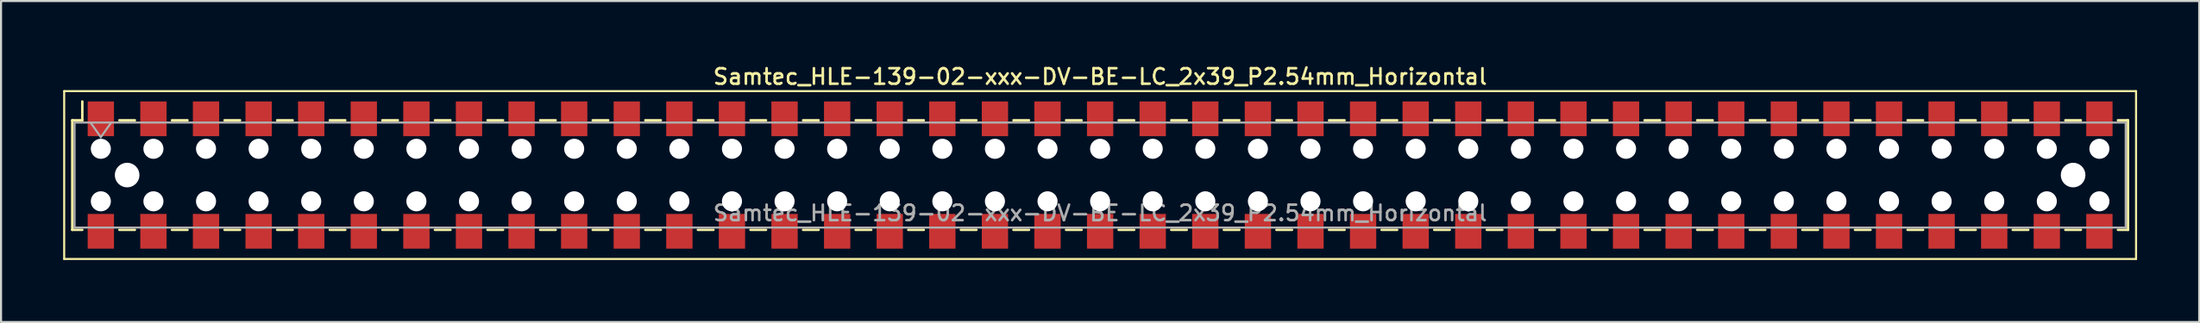
<source format=kicad_pcb>
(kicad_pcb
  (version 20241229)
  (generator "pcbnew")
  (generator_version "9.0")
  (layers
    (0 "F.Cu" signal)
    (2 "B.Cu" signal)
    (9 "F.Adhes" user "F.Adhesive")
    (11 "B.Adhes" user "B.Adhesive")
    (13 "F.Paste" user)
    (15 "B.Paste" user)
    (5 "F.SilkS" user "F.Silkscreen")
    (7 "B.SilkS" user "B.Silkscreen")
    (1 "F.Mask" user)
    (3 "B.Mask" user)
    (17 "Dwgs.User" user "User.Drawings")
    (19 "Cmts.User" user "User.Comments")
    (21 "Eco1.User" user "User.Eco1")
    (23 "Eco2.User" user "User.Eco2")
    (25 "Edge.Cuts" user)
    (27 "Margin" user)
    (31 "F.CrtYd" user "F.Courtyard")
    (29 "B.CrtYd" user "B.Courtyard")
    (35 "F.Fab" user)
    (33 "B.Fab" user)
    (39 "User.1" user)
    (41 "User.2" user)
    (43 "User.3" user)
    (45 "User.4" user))
  (footprint "Samtec_HLE-139-02-xxx-DV-BE-LC_2x39_P2.54mm_Horizontal"
    (layer "F.Cu")
    (at 50.08 5.418)
    (property "Reference" "Samtec_HLE-139-02-xxx-DV-BE-LC_2x39_P2.54mm_Horizontal" (at 0 -4.76 0) (layer "F.SilkS") (effects (font (size 0.75 0.75) (thickness 0.125))))
    (attr smd)
    (fp_line (start -50.03 -4.06) (end 50.03 -4.06) (stroke (width 0.1) (type solid)) (layer "F.SilkS"))
    (fp_line (start -50.03 4.06) (end -50.03 -4.06) (stroke (width 0.1) (type solid)) (layer "F.SilkS"))
    (fp_line (start -49.64 -2.65) (end -49.64 2.65) (stroke (width 0.12) (type solid)) (layer "F.SilkS"))
    (fp_line (start -49.64 2.65) (end -49.155 2.65) (stroke (width 0.12) (type solid)) (layer "F.SilkS"))
    (fp_line (start -49.155 -3.56) (end -49.155 -2.65) (stroke (width 0.12) (type solid)) (layer "F.SilkS"))
    (fp_line (start -49.155 -2.65) (end -49.64 -2.65) (stroke (width 0.12) (type solid)) (layer "F.SilkS"))
    (fp_line (start -47.365 -2.65) (end -46.615 -2.65) (stroke (width 0.12) (type solid)) (layer "F.SilkS"))
    (fp_line (start -47.365 2.65) (end -46.615 2.65) (stroke (width 0.12) (type solid)) (layer "F.SilkS"))
    (fp_line (start -44.825 -2.65) (end -44.075 -2.65) (stroke (width 0.12) (type solid)) (layer "F.SilkS"))
    (fp_line (start -44.825 2.65) (end -44.075 2.65) (stroke (width 0.12) (type solid)) (layer "F.SilkS"))
    (fp_line (start -42.285 -2.65) (end -41.535 -2.65) (stroke (width 0.12) (type solid)) (layer "F.SilkS"))
    (fp_line (start -42.285 2.65) (end -41.535 2.65) (stroke (width 0.12) (type solid)) (layer "F.SilkS"))
    (fp_line (start -39.745 -2.65) (end -38.995 -2.65) (stroke (width 0.12) (type solid)) (layer "F.SilkS"))
    (fp_line (start -39.745 2.65) (end -38.995 2.65) (stroke (width 0.12) (type solid)) (layer "F.SilkS"))
    (fp_line (start -37.205 -2.65) (end -36.455 -2.65) (stroke (width 0.12) (type solid)) (layer "F.SilkS"))
    (fp_line (start -37.205 2.65) (end -36.455 2.65) (stroke (width 0.12) (type solid)) (layer "F.SilkS"))
    (fp_line (start -34.665 -2.65) (end -33.915 -2.65) (stroke (width 0.12) (type solid)) (layer "F.SilkS"))
    (fp_line (start -34.665 2.65) (end -33.915 2.65) (stroke (width 0.12) (type solid)) (layer "F.SilkS"))
    (fp_line (start -32.125 -2.65) (end -31.375 -2.65) (stroke (width 0.12) (type solid)) (layer "F.SilkS"))
    (fp_line (start -32.125 2.65) (end -31.375 2.65) (stroke (width 0.12) (type solid)) (layer "F.SilkS"))
    (fp_line (start -29.585 -2.65) (end -28.835 -2.65) (stroke (width 0.12) (type solid)) (layer "F.SilkS"))
    (fp_line (start -29.585 2.65) (end -28.835 2.65) (stroke (width 0.12) (type solid)) (layer "F.SilkS"))
    (fp_line (start -27.045 -2.65) (end -26.295 -2.65) (stroke (width 0.12) (type solid)) (layer "F.SilkS"))
    (fp_line (start -27.045 2.65) (end -26.295 2.65) (stroke (width 0.12) (type solid)) (layer "F.SilkS"))
    (fp_line (start -24.505 -2.65) (end -23.755 -2.65) (stroke (width 0.12) (type solid)) (layer "F.SilkS"))
    (fp_line (start -24.505 2.65) (end -23.755 2.65) (stroke (width 0.12) (type solid)) (layer "F.SilkS"))
    (fp_line (start -21.965 -2.65) (end -21.215 -2.65) (stroke (width 0.12) (type solid)) (layer "F.SilkS"))
    (fp_line (start -21.965 2.65) (end -21.215 2.65) (stroke (width 0.12) (type solid)) (layer "F.SilkS"))
    (fp_line (start -19.425 -2.65) (end -18.675 -2.65) (stroke (width 0.12) (type solid)) (layer "F.SilkS"))
    (fp_line (start -19.425 2.65) (end -18.675 2.65) (stroke (width 0.12) (type solid)) (layer "F.SilkS"))
    (fp_line (start -16.885 -2.65) (end -16.135 -2.65) (stroke (width 0.12) (type solid)) (layer "F.SilkS"))
    (fp_line (start -16.885 2.65) (end -16.135 2.65) (stroke (width 0.12) (type solid)) (layer "F.SilkS"))
    (fp_line (start -14.345 -2.65) (end -13.595 -2.65) (stroke (width 0.12) (type solid)) (layer "F.SilkS"))
    (fp_line (start -14.345 2.65) (end -13.595 2.65) (stroke (width 0.12) (type solid)) (layer "F.SilkS"))
    (fp_line (start -11.805 -2.65) (end -11.055 -2.65) (stroke (width 0.12) (type solid)) (layer "F.SilkS"))
    (fp_line (start -11.805 2.65) (end -11.055 2.65) (stroke (width 0.12) (type solid)) (layer "F.SilkS"))
    (fp_line (start -9.265 -2.65) (end -8.515 -2.65) (stroke (width 0.12) (type solid)) (layer "F.SilkS"))
    (fp_line (start -9.265 2.65) (end -8.515 2.65) (stroke (width 0.12) (type solid)) (layer "F.SilkS"))
    (fp_line (start -6.725 -2.65) (end -5.975 -2.65) (stroke (width 0.12) (type solid)) (layer "F.SilkS"))
    (fp_line (start -6.725 2.65) (end -5.975 2.65) (stroke (width 0.12) (type solid)) (layer "F.SilkS"))
    (fp_line (start -4.185 -2.65) (end -3.435 -2.65) (stroke (width 0.12) (type solid)) (layer "F.SilkS"))
    (fp_line (start -4.185 2.65) (end -3.435 2.65) (stroke (width 0.12) (type solid)) (layer "F.SilkS"))
    (fp_line (start -1.645 -2.65) (end -0.895 -2.65) (stroke (width 0.12) (type solid)) (layer "F.SilkS"))
    (fp_line (start -1.645 2.65) (end -0.895 2.65) (stroke (width 0.12) (type solid)) (layer "F.SilkS"))
    (fp_line (start 0.895 -2.65) (end 1.645 -2.65) (stroke (width 0.12) (type solid)) (layer "F.SilkS"))
    (fp_line (start 0.895 2.65) (end 1.645 2.65) (stroke (width 0.12) (type solid)) (layer "F.SilkS"))
    (fp_line (start 3.435 -2.65) (end 4.185 -2.65) (stroke (width 0.12) (type solid)) (layer "F.SilkS"))
    (fp_line (start 3.435 2.65) (end 4.185 2.65) (stroke (width 0.12) (type solid)) (layer "F.SilkS"))
    (fp_line (start 5.975 -2.65) (end 6.725 -2.65) (stroke (width 0.12) (type solid)) (layer "F.SilkS"))
    (fp_line (start 5.975 2.65) (end 6.725 2.65) (stroke (width 0.12) (type solid)) (layer "F.SilkS"))
    (fp_line (start 8.515 -2.65) (end 9.265 -2.65) (stroke (width 0.12) (type solid)) (layer "F.SilkS"))
    (fp_line (start 8.515 2.65) (end 9.265 2.65) (stroke (width 0.12) (type solid)) (layer "F.SilkS"))
    (fp_line (start 11.055 -2.65) (end 11.805 -2.65) (stroke (width 0.12) (type solid)) (layer "F.SilkS"))
    (fp_line (start 11.055 2.65) (end 11.805 2.65) (stroke (width 0.12) (type solid)) (layer "F.SilkS"))
    (fp_line (start 13.595 -2.65) (end 14.345 -2.65) (stroke (width 0.12) (type solid)) (layer "F.SilkS"))
    (fp_line (start 13.595 2.65) (end 14.345 2.65) (stroke (width 0.12) (type solid)) (layer "F.SilkS"))
    (fp_line (start 16.135 -2.65) (end 16.885 -2.65) (stroke (width 0.12) (type solid)) (layer "F.SilkS"))
    (fp_line (start 16.135 2.65) (end 16.885 2.65) (stroke (width 0.12) (type solid)) (layer "F.SilkS"))
    (fp_line (start 18.675 -2.65) (end 19.425 -2.65) (stroke (width 0.12) (type solid)) (layer "F.SilkS"))
    (fp_line (start 18.675 2.65) (end 19.425 2.65) (stroke (width 0.12) (type solid)) (layer "F.SilkS"))
    (fp_line (start 21.215 -2.65) (end 21.965 -2.65) (stroke (width 0.12) (type solid)) (layer "F.SilkS"))
    (fp_line (start 21.215 2.65) (end 21.965 2.65) (stroke (width 0.12) (type solid)) (layer "F.SilkS"))
    (fp_line (start 23.755 -2.65) (end 24.505 -2.65) (stroke (width 0.12) (type solid)) (layer "F.SilkS"))
    (fp_line (start 23.755 2.65) (end 24.505 2.65) (stroke (width 0.12) (type solid)) (layer "F.SilkS"))
    (fp_line (start 26.295 -2.65) (end 27.045 -2.65) (stroke (width 0.12) (type solid)) (layer "F.SilkS"))
    (fp_line (start 26.295 2.65) (end 27.045 2.65) (stroke (width 0.12) (type solid)) (layer "F.SilkS"))
    (fp_line (start 28.835 -2.65) (end 29.585 -2.65) (stroke (width 0.12) (type solid)) (layer "F.SilkS"))
    (fp_line (start 28.835 2.65) (end 29.585 2.65) (stroke (width 0.12) (type solid)) (layer "F.SilkS"))
    (fp_line (start 31.375 -2.65) (end 32.125 -2.65) (stroke (width 0.12) (type solid)) (layer "F.SilkS"))
    (fp_line (start 31.375 2.65) (end 32.125 2.65) (stroke (width 0.12) (type solid)) (layer "F.SilkS"))
    (fp_line (start 33.915 -2.65) (end 34.665 -2.65) (stroke (width 0.12) (type solid)) (layer "F.SilkS"))
    (fp_line (start 33.915 2.65) (end 34.665 2.65) (stroke (width 0.12) (type solid)) (layer "F.SilkS"))
    (fp_line (start 36.455 -2.65) (end 37.205 -2.65) (stroke (width 0.12) (type solid)) (layer "F.SilkS"))
    (fp_line (start 36.455 2.65) (end 37.205 2.65) (stroke (width 0.12) (type solid)) (layer "F.SilkS"))
    (fp_line (start 38.995 -2.65) (end 39.745 -2.65) (stroke (width 0.12) (type solid)) (layer "F.SilkS"))
    (fp_line (start 38.995 2.65) (end 39.745 2.65) (stroke (width 0.12) (type solid)) (layer "F.SilkS"))
    (fp_line (start 41.535 -2.65) (end 42.285 -2.65) (stroke (width 0.12) (type solid)) (layer "F.SilkS"))
    (fp_line (start 41.535 2.65) (end 42.285 2.65) (stroke (width 0.12) (type solid)) (layer "F.SilkS"))
    (fp_line (start 44.075 -2.65) (end 44.825 -2.65) (stroke (width 0.12) (type solid)) (layer "F.SilkS"))
    (fp_line (start 44.075 2.65) (end 44.825 2.65) (stroke (width 0.12) (type solid)) (layer "F.SilkS"))
    (fp_line (start 46.615 -2.65) (end 47.365 -2.65) (stroke (width 0.12) (type solid)) (layer "F.SilkS"))
    (fp_line (start 46.615 2.65) (end 47.365 2.65) (stroke (width 0.12) (type solid)) (layer "F.SilkS"))
    (fp_line (start 49.155 -2.65) (end 49.64 -2.65) (stroke (width 0.12) (type solid)) (layer "F.SilkS"))
    (fp_line (start 49.64 -2.65) (end 49.64 2.65) (stroke (width 0.12) (type solid)) (layer "F.SilkS"))
    (fp_line (start 49.64 2.65) (end 49.155 2.65) (stroke (width 0.12) (type solid)) (layer "F.SilkS"))
    (fp_line (start 50.03 -4.06) (end 50.03 4.06) (stroke (width 0.1) (type solid)) (layer "F.SilkS"))
    (fp_line (start 50.03 4.06) (end -50.03 4.06) (stroke (width 0.1) (type solid)) (layer "F.SilkS"))
    (fp_line (start -49.53 -2.54) (end 49.53 -2.54) (stroke (width 0.1) (type solid)) (layer "F.Fab"))
    (fp_line (start -49.53 2.54) (end -49.53 -2.54) (stroke (width 0.1) (type solid)) (layer "F.Fab"))
    (fp_line (start -48.76 -2.54) (end -48.26 -1.833) (stroke (width 0.1) (type solid)) (layer "F.Fab"))
    (fp_line (start -48.26 -1.833) (end -47.76 -2.54) (stroke (width 0.1) (type solid)) (layer "F.Fab"))
    (fp_line (start 49.53 -2.54) (end 49.53 2.54) (stroke (width 0.1) (type solid)) (layer "F.Fab"))
    (fp_line (start 49.53 2.54) (end -49.53 2.54) (stroke (width 0.1) (type solid)) (layer "F.Fab"))
    (fp_text user "${REFERENCE}" (at 0 1.84 0) (layer "F.Fab") (effects (font (size 0.75 0.75) (thickness 0.125))))
    (pad "" np_thru_hole circle (at -48.26 -1.27) (size 0.97 0.97) (drill 0.97) (layers "*.Cu" "*.Mask"))
    (pad "" np_thru_hole circle (at -48.26 1.27) (size 0.97 0.97) (drill 0.97) (layers "*.Cu" "*.Mask"))
    (pad "" np_thru_hole circle (at -46.99 0) (size 1.19 1.19) (drill 1.19) (layers "*.Cu" "*.Mask"))
    (pad "" np_thru_hole circle (at -45.72 -1.27) (size 0.97 0.97) (drill 0.97) (layers "*.Cu" "*.Mask"))
    (pad "" np_thru_hole circle (at -45.72 1.27) (size 0.97 0.97) (drill 0.97) (layers "*.Cu" "*.Mask"))
    (pad "" np_thru_hole circle (at -43.18 -1.27) (size 0.97 0.97) (drill 0.97) (layers "*.Cu" "*.Mask"))
    (pad "" np_thru_hole circle (at -43.18 1.27) (size 0.97 0.97) (drill 0.97) (layers "*.Cu" "*.Mask"))
    (pad "" np_thru_hole circle (at -40.64 -1.27) (size 0.97 0.97) (drill 0.97) (layers "*.Cu" "*.Mask"))
    (pad "" np_thru_hole circle (at -40.64 1.27) (size 0.97 0.97) (drill 0.97) (layers "*.Cu" "*.Mask"))
    (pad "" np_thru_hole circle (at -38.1 -1.27) (size 0.97 0.97) (drill 0.97) (layers "*.Cu" "*.Mask"))
    (pad "" np_thru_hole circle (at -38.1 1.27) (size 0.97 0.97) (drill 0.97) (layers "*.Cu" "*.Mask"))
    (pad "" np_thru_hole circle (at -35.56 -1.27) (size 0.97 0.97) (drill 0.97) (layers "*.Cu" "*.Mask"))
    (pad "" np_thru_hole circle (at -35.56 1.27) (size 0.97 0.97) (drill 0.97) (layers "*.Cu" "*.Mask"))
    (pad "" np_thru_hole circle (at -33.02 -1.27) (size 0.97 0.97) (drill 0.97) (layers "*.Cu" "*.Mask"))
    (pad "" np_thru_hole circle (at -33.02 1.27) (size 0.97 0.97) (drill 0.97) (layers "*.Cu" "*.Mask"))
    (pad "" np_thru_hole circle (at -30.48 -1.27) (size 0.97 0.97) (drill 0.97) (layers "*.Cu" "*.Mask"))
    (pad "" np_thru_hole circle (at -30.48 1.27) (size 0.97 0.97) (drill 0.97) (layers "*.Cu" "*.Mask"))
    (pad "" np_thru_hole circle (at -27.94 -1.27) (size 0.97 0.97) (drill 0.97) (layers "*.Cu" "*.Mask"))
    (pad "" np_thru_hole circle (at -27.94 1.27) (size 0.97 0.97) (drill 0.97) (layers "*.Cu" "*.Mask"))
    (pad "" np_thru_hole circle (at -25.4 -1.27) (size 0.97 0.97) (drill 0.97) (layers "*.Cu" "*.Mask"))
    (pad "" np_thru_hole circle (at -25.4 1.27) (size 0.97 0.97) (drill 0.97) (layers "*.Cu" "*.Mask"))
    (pad "" np_thru_hole circle (at -22.86 -1.27) (size 0.97 0.97) (drill 0.97) (layers "*.Cu" "*.Mask"))
    (pad "" np_thru_hole circle (at -22.86 1.27) (size 0.97 0.97) (drill 0.97) (layers "*.Cu" "*.Mask"))
    (pad "" np_thru_hole circle (at -20.32 -1.27) (size 0.97 0.97) (drill 0.97) (layers "*.Cu" "*.Mask"))
    (pad "" np_thru_hole circle (at -20.32 1.27) (size 0.97 0.97) (drill 0.97) (layers "*.Cu" "*.Mask"))
    (pad "" np_thru_hole circle (at -17.78 -1.27) (size 0.97 0.97) (drill 0.97) (layers "*.Cu" "*.Mask"))
    (pad "" np_thru_hole circle (at -17.78 1.27) (size 0.97 0.97) (drill 0.97) (layers "*.Cu" "*.Mask"))
    (pad "" np_thru_hole circle (at -15.24 -1.27) (size 0.97 0.97) (drill 0.97) (layers "*.Cu" "*.Mask"))
    (pad "" np_thru_hole circle (at -15.24 1.27) (size 0.97 0.97) (drill 0.97) (layers "*.Cu" "*.Mask"))
    (pad "" np_thru_hole circle (at -12.7 -1.27) (size 0.97 0.97) (drill 0.97) (layers "*.Cu" "*.Mask"))
    (pad "" np_thru_hole circle (at -12.7 1.27) (size 0.97 0.97) (drill 0.97) (layers "*.Cu" "*.Mask"))
    (pad "" np_thru_hole circle (at -10.16 -1.27) (size 0.97 0.97) (drill 0.97) (layers "*.Cu" "*.Mask"))
    (pad "" np_thru_hole circle (at -10.16 1.27) (size 0.97 0.97) (drill 0.97) (layers "*.Cu" "*.Mask"))
    (pad "" np_thru_hole circle (at -7.62 -1.27) (size 0.97 0.97) (drill 0.97) (layers "*.Cu" "*.Mask"))
    (pad "" np_thru_hole circle (at -7.62 1.27) (size 0.97 0.97) (drill 0.97) (layers "*.Cu" "*.Mask"))
    (pad "" np_thru_hole circle (at -5.08 -1.27) (size 0.97 0.97) (drill 0.97) (layers "*.Cu" "*.Mask"))
    (pad "" np_thru_hole circle (at -5.08 1.27) (size 0.97 0.97) (drill 0.97) (layers "*.Cu" "*.Mask"))
    (pad "" np_thru_hole circle (at -2.54 -1.27) (size 0.97 0.97) (drill 0.97) (layers "*.Cu" "*.Mask"))
    (pad "" np_thru_hole circle (at -2.54 1.27) (size 0.97 0.97) (drill 0.97) (layers "*.Cu" "*.Mask"))
    (pad "" np_thru_hole circle (at 0 -1.27) (size 0.97 0.97) (drill 0.97) (layers "*.Cu" "*.Mask"))
    (pad "" np_thru_hole circle (at 0 1.27) (size 0.97 0.97) (drill 0.97) (layers "*.Cu" "*.Mask"))
    (pad "" np_thru_hole circle (at 2.54 -1.27) (size 0.97 0.97) (drill 0.97) (layers "*.Cu" "*.Mask"))
    (pad "" np_thru_hole circle (at 2.54 1.27) (size 0.97 0.97) (drill 0.97) (layers "*.Cu" "*.Mask"))
    (pad "" np_thru_hole circle (at 5.08 -1.27) (size 0.97 0.97) (drill 0.97) (layers "*.Cu" "*.Mask"))
    (pad "" np_thru_hole circle (at 5.08 1.27) (size 0.97 0.97) (drill 0.97) (layers "*.Cu" "*.Mask"))
    (pad "" np_thru_hole circle (at 7.62 -1.27) (size 0.97 0.97) (drill 0.97) (layers "*.Cu" "*.Mask"))
    (pad "" np_thru_hole circle (at 7.62 1.27) (size 0.97 0.97) (drill 0.97) (layers "*.Cu" "*.Mask"))
    (pad "" np_thru_hole circle (at 10.16 -1.27) (size 0.97 0.97) (drill 0.97) (layers "*.Cu" "*.Mask"))
    (pad "" np_thru_hole circle (at 10.16 1.27) (size 0.97 0.97) (drill 0.97) (layers "*.Cu" "*.Mask"))
    (pad "" np_thru_hole circle (at 12.7 -1.27) (size 0.97 0.97) (drill 0.97) (layers "*.Cu" "*.Mask"))
    (pad "" np_thru_hole circle (at 12.7 1.27) (size 0.97 0.97) (drill 0.97) (layers "*.Cu" "*.Mask"))
    (pad "" np_thru_hole circle (at 15.24 -1.27) (size 0.97 0.97) (drill 0.97) (layers "*.Cu" "*.Mask"))
    (pad "" np_thru_hole circle (at 15.24 1.27) (size 0.97 0.97) (drill 0.97) (layers "*.Cu" "*.Mask"))
    (pad "" np_thru_hole circle (at 17.78 -1.27) (size 0.97 0.97) (drill 0.97) (layers "*.Cu" "*.Mask"))
    (pad "" np_thru_hole circle (at 17.78 1.27) (size 0.97 0.97) (drill 0.97) (layers "*.Cu" "*.Mask"))
    (pad "" np_thru_hole circle (at 20.32 -1.27) (size 0.97 0.97) (drill 0.97) (layers "*.Cu" "*.Mask"))
    (pad "" np_thru_hole circle (at 20.32 1.27) (size 0.97 0.97) (drill 0.97) (layers "*.Cu" "*.Mask"))
    (pad "" np_thru_hole circle (at 22.86 -1.27) (size 0.97 0.97) (drill 0.97) (layers "*.Cu" "*.Mask"))
    (pad "" np_thru_hole circle (at 22.86 1.27) (size 0.97 0.97) (drill 0.97) (layers "*.Cu" "*.Mask"))
    (pad "" np_thru_hole circle (at 25.4 -1.27) (size 0.97 0.97) (drill 0.97) (layers "*.Cu" "*.Mask"))
    (pad "" np_thru_hole circle (at 25.4 1.27) (size 0.97 0.97) (drill 0.97) (layers "*.Cu" "*.Mask"))
    (pad "" np_thru_hole circle (at 27.94 -1.27) (size 0.97 0.97) (drill 0.97) (layers "*.Cu" "*.Mask"))
    (pad "" np_thru_hole circle (at 27.94 1.27) (size 0.97 0.97) (drill 0.97) (layers "*.Cu" "*.Mask"))
    (pad "" np_thru_hole circle (at 30.48 -1.27) (size 0.97 0.97) (drill 0.97) (layers "*.Cu" "*.Mask"))
    (pad "" np_thru_hole circle (at 30.48 1.27) (size 0.97 0.97) (drill 0.97) (layers "*.Cu" "*.Mask"))
    (pad "" np_thru_hole circle (at 33.02 -1.27) (size 0.97 0.97) (drill 0.97) (layers "*.Cu" "*.Mask"))
    (pad "" np_thru_hole circle (at 33.02 1.27) (size 0.97 0.97) (drill 0.97) (layers "*.Cu" "*.Mask"))
    (pad "" np_thru_hole circle (at 35.56 -1.27) (size 0.97 0.97) (drill 0.97) (layers "*.Cu" "*.Mask"))
    (pad "" np_thru_hole circle (at 35.56 1.27) (size 0.97 0.97) (drill 0.97) (layers "*.Cu" "*.Mask"))
    (pad "" np_thru_hole circle (at 38.1 -1.27) (size 0.97 0.97) (drill 0.97) (layers "*.Cu" "*.Mask"))
    (pad "" np_thru_hole circle (at 38.1 1.27) (size 0.97 0.97) (drill 0.97) (layers "*.Cu" "*.Mask"))
    (pad "" np_thru_hole circle (at 40.64 -1.27) (size 0.97 0.97) (drill 0.97) (layers "*.Cu" "*.Mask"))
    (pad "" np_thru_hole circle (at 40.64 1.27) (size 0.97 0.97) (drill 0.97) (layers "*.Cu" "*.Mask"))
    (pad "" np_thru_hole circle (at 43.18 -1.27) (size 0.97 0.97) (drill 0.97) (layers "*.Cu" "*.Mask"))
    (pad "" np_thru_hole circle (at 43.18 1.27) (size 0.97 0.97) (drill 0.97) (layers "*.Cu" "*.Mask"))
    (pad "" np_thru_hole circle (at 45.72 -1.27) (size 0.97 0.97) (drill 0.97) (layers "*.Cu" "*.Mask"))
    (pad "" np_thru_hole circle (at 45.72 1.27) (size 0.97 0.97) (drill 0.97) (layers "*.Cu" "*.Mask"))
    (pad "" np_thru_hole circle (at 46.99 0) (size 1.19 1.19) (drill 1.19) (layers "*.Cu" "*.Mask"))
    (pad "" np_thru_hole circle (at 48.26 -1.27) (size 0.97 0.97) (drill 0.97) (layers "*.Cu" "*.Mask"))
    (pad "" np_thru_hole circle (at 48.26 1.27) (size 0.97 0.97) (drill 0.97) (layers "*.Cu" "*.Mask"))
    (pad "1" smd rect (at -48.26 -2.72) (size 1.27 1.68) (layers "F.Cu" "F.Mask" "F.Paste"))
    (pad "2" smd rect (at -48.26 2.72) (size 1.27 1.68) (layers "F.Cu" "F.Mask" "F.Paste"))
    (pad "3" smd rect (at -45.72 -2.72) (size 1.27 1.68) (layers "F.Cu" "F.Mask" "F.Paste"))
    (pad "4" smd rect (at -45.72 2.72) (size 1.27 1.68) (layers "F.Cu" "F.Mask" "F.Paste"))
    (pad "5" smd rect (at -43.18 -2.72) (size 1.27 1.68) (layers "F.Cu" "F.Mask" "F.Paste"))
    (pad "6" smd rect (at -43.18 2.72) (size 1.27 1.68) (layers "F.Cu" "F.Mask" "F.Paste"))
    (pad "7" smd rect (at -40.64 -2.72) (size 1.27 1.68) (layers "F.Cu" "F.Mask" "F.Paste"))
    (pad "8" smd rect (at -40.64 2.72) (size 1.27 1.68) (layers "F.Cu" "F.Mask" "F.Paste"))
    (pad "9" smd rect (at -38.1 -2.72) (size 1.27 1.68) (layers "F.Cu" "F.Mask" "F.Paste"))
    (pad "10" smd rect (at -38.1 2.72) (size 1.27 1.68) (layers "F.Cu" "F.Mask" "F.Paste"))
    (pad "11" smd rect (at -35.56 -2.72) (size 1.27 1.68) (layers "F.Cu" "F.Mask" "F.Paste"))
    (pad "12" smd rect (at -35.56 2.72) (size 1.27 1.68) (layers "F.Cu" "F.Mask" "F.Paste"))
    (pad "13" smd rect (at -33.02 -2.72) (size 1.27 1.68) (layers "F.Cu" "F.Mask" "F.Paste"))
    (pad "14" smd rect (at -33.02 2.72) (size 1.27 1.68) (layers "F.Cu" "F.Mask" "F.Paste"))
    (pad "15" smd rect (at -30.48 -2.72) (size 1.27 1.68) (layers "F.Cu" "F.Mask" "F.Paste"))
    (pad "16" smd rect (at -30.48 2.72) (size 1.27 1.68) (layers "F.Cu" "F.Mask" "F.Paste"))
    (pad "17" smd rect (at -27.94 -2.72) (size 1.27 1.68) (layers "F.Cu" "F.Mask" "F.Paste"))
    (pad "18" smd rect (at -27.94 2.72) (size 1.27 1.68) (layers "F.Cu" "F.Mask" "F.Paste"))
    (pad "19" smd rect (at -25.4 -2.72) (size 1.27 1.68) (layers "F.Cu" "F.Mask" "F.Paste"))
    (pad "20" smd rect (at -25.4 2.72) (size 1.27 1.68) (layers "F.Cu" "F.Mask" "F.Paste"))
    (pad "21" smd rect (at -22.86 -2.72) (size 1.27 1.68) (layers "F.Cu" "F.Mask" "F.Paste"))
    (pad "22" smd rect (at -22.86 2.72) (size 1.27 1.68) (layers "F.Cu" "F.Mask" "F.Paste"))
    (pad "23" smd rect (at -20.32 -2.72) (size 1.27 1.68) (layers "F.Cu" "F.Mask" "F.Paste"))
    (pad "24" smd rect (at -20.32 2.72) (size 1.27 1.68) (layers "F.Cu" "F.Mask" "F.Paste"))
    (pad "25" smd rect (at -17.78 -2.72) (size 1.27 1.68) (layers "F.Cu" "F.Mask" "F.Paste"))
    (pad "26" smd rect (at -17.78 2.72) (size 1.27 1.68) (layers "F.Cu" "F.Mask" "F.Paste"))
    (pad "27" smd rect (at -15.24 -2.72) (size 1.27 1.68) (layers "F.Cu" "F.Mask" "F.Paste"))
    (pad "28" smd rect (at -15.24 2.72) (size 1.27 1.68) (layers "F.Cu" "F.Mask" "F.Paste"))
    (pad "29" smd rect (at -12.7 -2.72) (size 1.27 1.68) (layers "F.Cu" "F.Mask" "F.Paste"))
    (pad "30" smd rect (at -12.7 2.72) (size 1.27 1.68) (layers "F.Cu" "F.Mask" "F.Paste"))
    (pad "31" smd rect (at -10.16 -2.72) (size 1.27 1.68) (layers "F.Cu" "F.Mask" "F.Paste"))
    (pad "32" smd rect (at -10.16 2.72) (size 1.27 1.68) (layers "F.Cu" "F.Mask" "F.Paste"))
    (pad "33" smd rect (at -7.62 -2.72) (size 1.27 1.68) (layers "F.Cu" "F.Mask" "F.Paste"))
    (pad "34" smd rect (at -7.62 2.72) (size 1.27 1.68) (layers "F.Cu" "F.Mask" "F.Paste"))
    (pad "35" smd rect (at -5.08 -2.72) (size 1.27 1.68) (layers "F.Cu" "F.Mask" "F.Paste"))
    (pad "36" smd rect (at -5.08 2.72) (size 1.27 1.68) (layers "F.Cu" "F.Mask" "F.Paste"))
    (pad "37" smd rect (at -2.54 -2.72) (size 1.27 1.68) (layers "F.Cu" "F.Mask" "F.Paste"))
    (pad "38" smd rect (at -2.54 2.72) (size 1.27 1.68) (layers "F.Cu" "F.Mask" "F.Paste"))
    (pad "39" smd rect (at 0 -2.72) (size 1.27 1.68) (layers "F.Cu" "F.Mask" "F.Paste"))
    (pad "40" smd rect (at 0 2.72) (size 1.27 1.68) (layers "F.Cu" "F.Mask" "F.Paste"))
    (pad "41" smd rect (at 2.54 -2.72) (size 1.27 1.68) (layers "F.Cu" "F.Mask" "F.Paste"))
    (pad "42" smd rect (at 2.54 2.72) (size 1.27 1.68) (layers "F.Cu" "F.Mask" "F.Paste"))
    (pad "43" smd rect (at 5.08 -2.72) (size 1.27 1.68) (layers "F.Cu" "F.Mask" "F.Paste"))
    (pad "44" smd rect (at 5.08 2.72) (size 1.27 1.68) (layers "F.Cu" "F.Mask" "F.Paste"))
    (pad "45" smd rect (at 7.62 -2.72) (size 1.27 1.68) (layers "F.Cu" "F.Mask" "F.Paste"))
    (pad "46" smd rect (at 7.62 2.72) (size 1.27 1.68) (layers "F.Cu" "F.Mask" "F.Paste"))
    (pad "47" smd rect (at 10.16 -2.72) (size 1.27 1.68) (layers "F.Cu" "F.Mask" "F.Paste"))
    (pad "48" smd rect (at 10.16 2.72) (size 1.27 1.68) (layers "F.Cu" "F.Mask" "F.Paste"))
    (pad "49" smd rect (at 12.7 -2.72) (size 1.27 1.68) (layers "F.Cu" "F.Mask" "F.Paste"))
    (pad "50" smd rect (at 12.7 2.72) (size 1.27 1.68) (layers "F.Cu" "F.Mask" "F.Paste"))
    (pad "51" smd rect (at 15.24 -2.72) (size 1.27 1.68) (layers "F.Cu" "F.Mask" "F.Paste"))
    (pad "52" smd rect (at 15.24 2.72) (size 1.27 1.68) (layers "F.Cu" "F.Mask" "F.Paste"))
    (pad "53" smd rect (at 17.78 -2.72) (size 1.27 1.68) (layers "F.Cu" "F.Mask" "F.Paste"))
    (pad "54" smd rect (at 17.78 2.72) (size 1.27 1.68) (layers "F.Cu" "F.Mask" "F.Paste"))
    (pad "55" smd rect (at 20.32 -2.72) (size 1.27 1.68) (layers "F.Cu" "F.Mask" "F.Paste"))
    (pad "56" smd rect (at 20.32 2.72) (size 1.27 1.68) (layers "F.Cu" "F.Mask" "F.Paste"))
    (pad "57" smd rect (at 22.86 -2.72) (size 1.27 1.68) (layers "F.Cu" "F.Mask" "F.Paste"))
    (pad "58" smd rect (at 22.86 2.72) (size 1.27 1.68) (layers "F.Cu" "F.Mask" "F.Paste"))
    (pad "59" smd rect (at 25.4 -2.72) (size 1.27 1.68) (layers "F.Cu" "F.Mask" "F.Paste"))
    (pad "60" smd rect (at 25.4 2.72) (size 1.27 1.68) (layers "F.Cu" "F.Mask" "F.Paste"))
    (pad "61" smd rect (at 27.94 -2.72) (size 1.27 1.68) (layers "F.Cu" "F.Mask" "F.Paste"))
    (pad "62" smd rect (at 27.94 2.72) (size 1.27 1.68) (layers "F.Cu" "F.Mask" "F.Paste"))
    (pad "63" smd rect (at 30.48 -2.72) (size 1.27 1.68) (layers "F.Cu" "F.Mask" "F.Paste"))
    (pad "64" smd rect (at 30.48 2.72) (size 1.27 1.68) (layers "F.Cu" "F.Mask" "F.Paste"))
    (pad "65" smd rect (at 33.02 -2.72) (size 1.27 1.68) (layers "F.Cu" "F.Mask" "F.Paste"))
    (pad "66" smd rect (at 33.02 2.72) (size 1.27 1.68) (layers "F.Cu" "F.Mask" "F.Paste"))
    (pad "67" smd rect (at 35.56 -2.72) (size 1.27 1.68) (layers "F.Cu" "F.Mask" "F.Paste"))
    (pad "68" smd rect (at 35.56 2.72) (size 1.27 1.68) (layers "F.Cu" "F.Mask" "F.Paste"))
    (pad "69" smd rect (at 38.1 -2.72) (size 1.27 1.68) (layers "F.Cu" "F.Mask" "F.Paste"))
    (pad "70" smd rect (at 38.1 2.72) (size 1.27 1.68) (layers "F.Cu" "F.Mask" "F.Paste"))
    (pad "71" smd rect (at 40.64 -2.72) (size 1.27 1.68) (layers "F.Cu" "F.Mask" "F.Paste"))
    (pad "72" smd rect (at 40.64 2.72) (size 1.27 1.68) (layers "F.Cu" "F.Mask" "F.Paste"))
    (pad "73" smd rect (at 43.18 -2.72) (size 1.27 1.68) (layers "F.Cu" "F.Mask" "F.Paste"))
    (pad "74" smd rect (at 43.18 2.72) (size 1.27 1.68) (layers "F.Cu" "F.Mask" "F.Paste"))
    (pad "75" smd rect (at 45.72 -2.72) (size 1.27 1.68) (layers "F.Cu" "F.Mask" "F.Paste"))
    (pad "76" smd rect (at 45.72 2.72) (size 1.27 1.68) (layers "F.Cu" "F.Mask" "F.Paste"))
    (pad "77" smd rect (at 48.26 -2.72) (size 1.27 1.68) (layers "F.Cu" "F.Mask" "F.Paste"))
    (pad "78" smd rect (at 48.26 2.72) (size 1.27 1.68) (layers "F.Cu" "F.Mask" "F.Paste")))
  (gr_rect
    (start -3 -3)
    (end 103.16 12.528)
    (stroke (width 0.1) (type default))
    (fill no)
    (layer "Edge.Cuts")))
</source>
